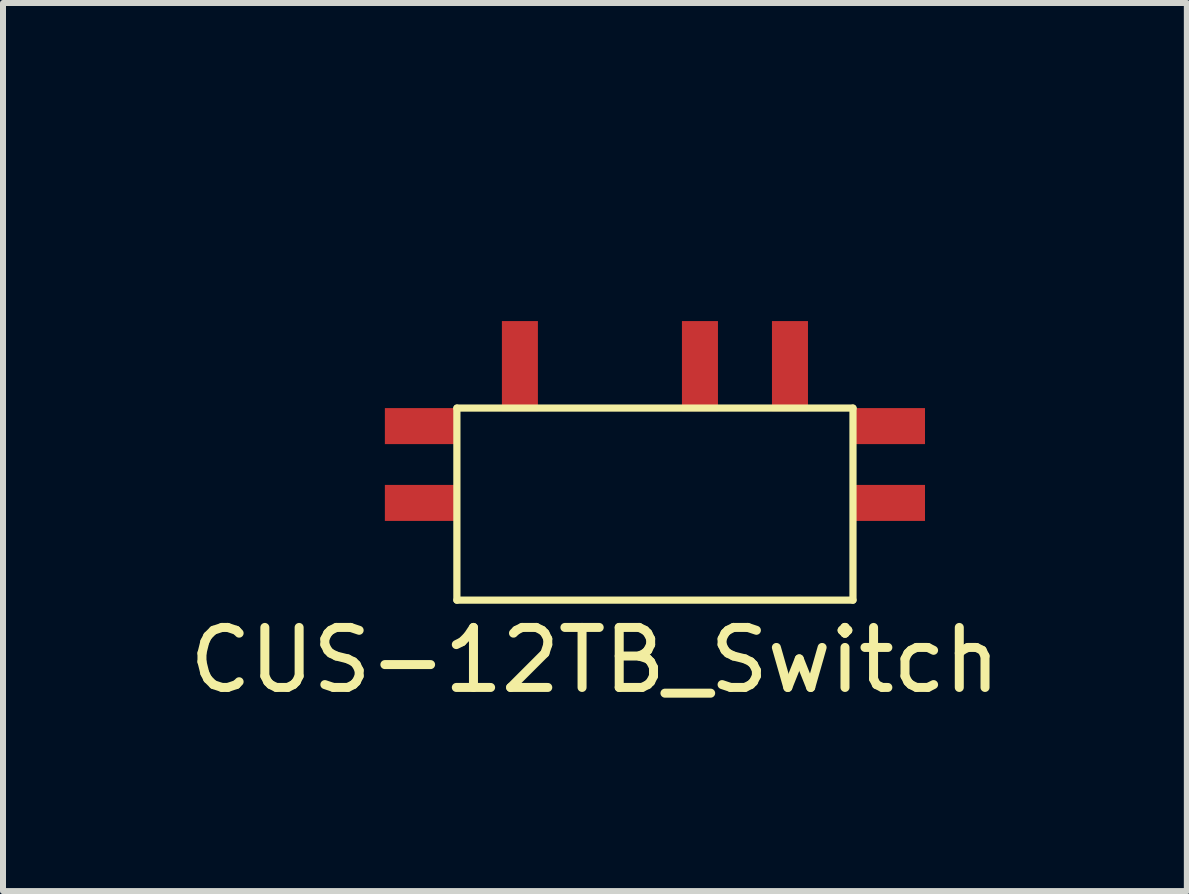
<source format=kicad_pcb>
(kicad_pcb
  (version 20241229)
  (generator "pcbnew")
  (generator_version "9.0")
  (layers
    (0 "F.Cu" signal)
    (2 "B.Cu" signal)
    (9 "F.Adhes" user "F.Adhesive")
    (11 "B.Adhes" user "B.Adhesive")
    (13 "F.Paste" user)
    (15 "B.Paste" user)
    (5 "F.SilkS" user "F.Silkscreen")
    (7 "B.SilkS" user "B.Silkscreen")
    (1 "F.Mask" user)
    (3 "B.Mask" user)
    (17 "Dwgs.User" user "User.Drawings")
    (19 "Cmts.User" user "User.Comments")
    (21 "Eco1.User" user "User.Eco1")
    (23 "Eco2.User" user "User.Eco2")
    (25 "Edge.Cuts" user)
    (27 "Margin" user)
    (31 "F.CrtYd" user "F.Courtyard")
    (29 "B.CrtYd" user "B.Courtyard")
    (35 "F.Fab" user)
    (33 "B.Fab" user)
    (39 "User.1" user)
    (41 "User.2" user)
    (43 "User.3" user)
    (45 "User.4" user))
  (footprint "CUS-12TB_Switch"
    (layer "F.Cu")
    (at 7.863 0.25)
    (property "Reference" "CUS-12TB_Switch" (at -1 7.7 0) (layer "F.SilkS") (effects (font (size 1 1) (thickness 0.15))))
    (attr through_hole)
    (fp_line (start -3.3 3.5) (end 3.3 3.5) (stroke (width 0.12) (type solid)) (layer "F.SilkS"))
    (fp_line (start -3.3 6.7) (end -3.3 3.5) (stroke (width 0.12) (type solid)) (layer "F.SilkS"))
    (fp_line (start 3.3 3.5) (end 3.3 6.7) (stroke (width 0.12) (type solid)) (layer "F.SilkS"))
    (fp_line (start 3.3 6.7) (end -3.3 6.7) (stroke (width 0.12) (type solid)) (layer "F.SilkS"))
    (pad "1" smd rect (at -2.25 2.8) (size 0.6 1.5) (layers "F.Cu" "F.Mask" "F.Paste"))
    (pad "2" smd rect (at 0.75 2.8) (size 0.6 1.5) (layers "F.Cu" "F.Mask" "F.Paste"))
    (pad "3" smd rect (at 2.25 2.8) (size 0.6 1.5) (layers "F.Cu" "F.Mask" "F.Paste"))
    (pad "4" smd rect (at -3.9 3.8 90) (size 0.6 1.2) (layers "F.Cu" "F.Mask" "F.Paste"))
    (pad "4" smd rect (at -3.9 5.08 90) (size 0.6 1.2) (layers "F.Cu" "F.Mask" "F.Paste"))
    (pad "4" smd rect (at 3.9 3.8 90) (size 0.6 1.2) (layers "F.Cu" "F.Mask" "F.Paste"))
    (pad "4" smd rect (at 3.9 5.08 90) (size 0.6 1.2) (layers "F.Cu" "F.Mask" "F.Paste")))
  (gr_rect
    (start -3 -3)
    (end 16.726 11.798)
    (stroke (width 0.1) (type default))
    (fill no)
    (layer "Edge.Cuts")))
</source>
